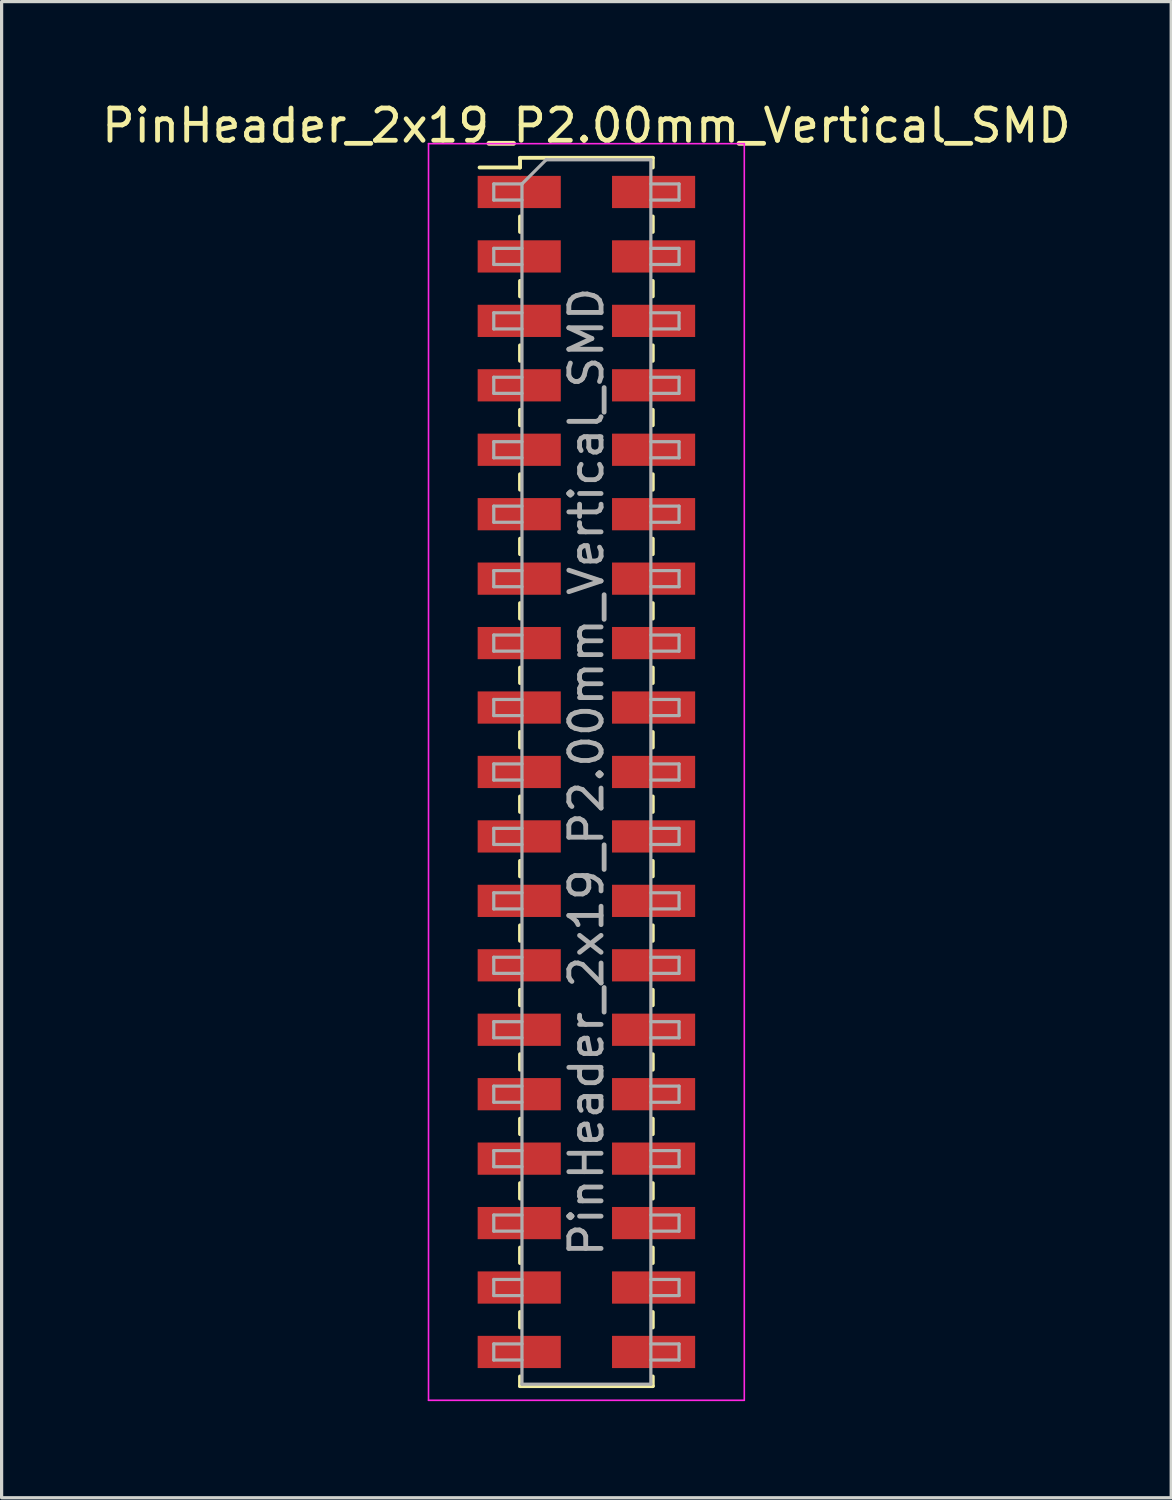
<source format=kicad_pcb>
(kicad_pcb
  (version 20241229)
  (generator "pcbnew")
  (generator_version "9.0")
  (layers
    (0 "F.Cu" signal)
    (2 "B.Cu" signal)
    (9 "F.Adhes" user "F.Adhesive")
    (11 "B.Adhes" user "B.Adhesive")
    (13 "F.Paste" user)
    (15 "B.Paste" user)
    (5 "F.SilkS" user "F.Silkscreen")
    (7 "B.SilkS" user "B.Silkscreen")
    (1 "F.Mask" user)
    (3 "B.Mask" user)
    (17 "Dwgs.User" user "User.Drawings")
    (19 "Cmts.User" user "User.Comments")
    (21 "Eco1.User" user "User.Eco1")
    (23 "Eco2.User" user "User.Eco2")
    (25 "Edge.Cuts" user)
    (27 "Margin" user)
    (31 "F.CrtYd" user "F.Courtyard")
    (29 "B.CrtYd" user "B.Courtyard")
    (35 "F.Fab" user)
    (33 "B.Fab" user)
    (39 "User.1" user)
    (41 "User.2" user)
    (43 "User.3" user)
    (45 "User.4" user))
  (footprint "PinHeader_2x19_P2.00mm_Vertical_SMD"
    (layer "F.Cu")
    (at 15.149 20.908)
    (property "Reference" "PinHeader_2x19_P2.00mm_Vertical_SMD" (at 0 -20.06 0) (layer "F.SilkS") (effects (font (size 1 1) (thickness 0.15))))
    (attr smd)
    (fp_line (start -3.315 -18.76) (end -2.06 -18.76) (stroke (width 0.12) (type solid)) (layer "F.SilkS"))
    (fp_line (start -2.06 -19.06) (end -2.06 -18.76) (stroke (width 0.12) (type solid)) (layer "F.SilkS"))
    (fp_line (start -2.06 -19.06) (end 2.06 -19.06) (stroke (width 0.12) (type solid)) (layer "F.SilkS"))
    (fp_line (start -2.06 -17.24) (end -2.06 -16.76) (stroke (width 0.12) (type solid)) (layer "F.SilkS"))
    (fp_line (start -2.06 -15.24) (end -2.06 -14.76) (stroke (width 0.12) (type solid)) (layer "F.SilkS"))
    (fp_line (start -2.06 -13.24) (end -2.06 -12.76) (stroke (width 0.12) (type solid)) (layer "F.SilkS"))
    (fp_line (start -2.06 -11.24) (end -2.06 -10.76) (stroke (width 0.12) (type solid)) (layer "F.SilkS"))
    (fp_line (start -2.06 -9.24) (end -2.06 -8.76) (stroke (width 0.12) (type solid)) (layer "F.SilkS"))
    (fp_line (start -2.06 -7.24) (end -2.06 -6.76) (stroke (width 0.12) (type solid)) (layer "F.SilkS"))
    (fp_line (start -2.06 -5.24) (end -2.06 -4.76) (stroke (width 0.12) (type solid)) (layer "F.SilkS"))
    (fp_line (start -2.06 -3.24) (end -2.06 -2.76) (stroke (width 0.12) (type solid)) (layer "F.SilkS"))
    (fp_line (start -2.06 -1.24) (end -2.06 -0.76) (stroke (width 0.12) (type solid)) (layer "F.SilkS"))
    (fp_line (start -2.06 0.76) (end -2.06 1.24) (stroke (width 0.12) (type solid)) (layer "F.SilkS"))
    (fp_line (start -2.06 2.76) (end -2.06 3.24) (stroke (width 0.12) (type solid)) (layer "F.SilkS"))
    (fp_line (start -2.06 4.76) (end -2.06 5.24) (stroke (width 0.12) (type solid)) (layer "F.SilkS"))
    (fp_line (start -2.06 6.76) (end -2.06 7.24) (stroke (width 0.12) (type solid)) (layer "F.SilkS"))
    (fp_line (start -2.06 8.76) (end -2.06 9.24) (stroke (width 0.12) (type solid)) (layer "F.SilkS"))
    (fp_line (start -2.06 10.76) (end -2.06 11.24) (stroke (width 0.12) (type solid)) (layer "F.SilkS"))
    (fp_line (start -2.06 12.76) (end -2.06 13.24) (stroke (width 0.12) (type solid)) (layer "F.SilkS"))
    (fp_line (start -2.06 14.76) (end -2.06 15.24) (stroke (width 0.12) (type solid)) (layer "F.SilkS"))
    (fp_line (start -2.06 16.76) (end -2.06 17.24) (stroke (width 0.12) (type solid)) (layer "F.SilkS"))
    (fp_line (start -2.06 18.76) (end -2.06 19.06) (stroke (width 0.12) (type solid)) (layer "F.SilkS"))
    (fp_line (start -2.06 19.06) (end 2.06 19.06) (stroke (width 0.12) (type solid)) (layer "F.SilkS"))
    (fp_line (start 2.06 -19.06) (end 2.06 -18.76) (stroke (width 0.12) (type solid)) (layer "F.SilkS"))
    (fp_line (start 2.06 -17.24) (end 2.06 -16.76) (stroke (width 0.12) (type solid)) (layer "F.SilkS"))
    (fp_line (start 2.06 -15.24) (end 2.06 -14.76) (stroke (width 0.12) (type solid)) (layer "F.SilkS"))
    (fp_line (start 2.06 -13.24) (end 2.06 -12.76) (stroke (width 0.12) (type solid)) (layer "F.SilkS"))
    (fp_line (start 2.06 -11.24) (end 2.06 -10.76) (stroke (width 0.12) (type solid)) (layer "F.SilkS"))
    (fp_line (start 2.06 -9.24) (end 2.06 -8.76) (stroke (width 0.12) (type solid)) (layer "F.SilkS"))
    (fp_line (start 2.06 -7.24) (end 2.06 -6.76) (stroke (width 0.12) (type solid)) (layer "F.SilkS"))
    (fp_line (start 2.06 -5.24) (end 2.06 -4.76) (stroke (width 0.12) (type solid)) (layer "F.SilkS"))
    (fp_line (start 2.06 -3.24) (end 2.06 -2.76) (stroke (width 0.12) (type solid)) (layer "F.SilkS"))
    (fp_line (start 2.06 -1.24) (end 2.06 -0.76) (stroke (width 0.12) (type solid)) (layer "F.SilkS"))
    (fp_line (start 2.06 0.76) (end 2.06 1.24) (stroke (width 0.12) (type solid)) (layer "F.SilkS"))
    (fp_line (start 2.06 2.76) (end 2.06 3.24) (stroke (width 0.12) (type solid)) (layer "F.SilkS"))
    (fp_line (start 2.06 4.76) (end 2.06 5.24) (stroke (width 0.12) (type solid)) (layer "F.SilkS"))
    (fp_line (start 2.06 6.76) (end 2.06 7.24) (stroke (width 0.12) (type solid)) (layer "F.SilkS"))
    (fp_line (start 2.06 8.76) (end 2.06 9.24) (stroke (width 0.12) (type solid)) (layer "F.SilkS"))
    (fp_line (start 2.06 10.76) (end 2.06 11.24) (stroke (width 0.12) (type solid)) (layer "F.SilkS"))
    (fp_line (start 2.06 12.76) (end 2.06 13.24) (stroke (width 0.12) (type solid)) (layer "F.SilkS"))
    (fp_line (start 2.06 14.76) (end 2.06 15.24) (stroke (width 0.12) (type solid)) (layer "F.SilkS"))
    (fp_line (start 2.06 16.76) (end 2.06 17.24) (stroke (width 0.12) (type solid)) (layer "F.SilkS"))
    (fp_line (start 2.06 18.76) (end 2.06 19.06) (stroke (width 0.12) (type solid)) (layer "F.SilkS"))
    (fp_line (start -4.9 -19.5) (end -4.9 19.5) (stroke (width 0.05) (type solid)) (layer "F.CrtYd"))
    (fp_line (start -4.9 19.5) (end 4.9 19.5) (stroke (width 0.05) (type solid)) (layer "F.CrtYd"))
    (fp_line (start 4.9 -19.5) (end -4.9 -19.5) (stroke (width 0.05) (type solid)) (layer "F.CrtYd"))
    (fp_line (start 4.9 19.5) (end 4.9 -19.5) (stroke (width 0.05) (type solid)) (layer "F.CrtYd"))
    (fp_line (start -2.875 -18.25) (end -2.875 -17.75) (stroke (width 0.1) (type solid)) (layer "F.Fab"))
    (fp_line (start -2.875 -17.75) (end -2 -17.75) (stroke (width 0.1) (type solid)) (layer "F.Fab"))
    (fp_line (start -2.875 -16.25) (end -2.875 -15.75) (stroke (width 0.1) (type solid)) (layer "F.Fab"))
    (fp_line (start -2.875 -15.75) (end -2 -15.75) (stroke (width 0.1) (type solid)) (layer "F.Fab"))
    (fp_line (start -2.875 -14.25) (end -2.875 -13.75) (stroke (width 0.1) (type solid)) (layer "F.Fab"))
    (fp_line (start -2.875 -13.75) (end -2 -13.75) (stroke (width 0.1) (type solid)) (layer "F.Fab"))
    (fp_line (start -2.875 -12.25) (end -2.875 -11.75) (stroke (width 0.1) (type solid)) (layer "F.Fab"))
    (fp_line (start -2.875 -11.75) (end -2 -11.75) (stroke (width 0.1) (type solid)) (layer "F.Fab"))
    (fp_line (start -2.875 -10.25) (end -2.875 -9.75) (stroke (width 0.1) (type solid)) (layer "F.Fab"))
    (fp_line (start -2.875 -9.75) (end -2 -9.75) (stroke (width 0.1) (type solid)) (layer "F.Fab"))
    (fp_line (start -2.875 -8.25) (end -2.875 -7.75) (stroke (width 0.1) (type solid)) (layer "F.Fab"))
    (fp_line (start -2.875 -7.75) (end -2 -7.75) (stroke (width 0.1) (type solid)) (layer "F.Fab"))
    (fp_line (start -2.875 -6.25) (end -2.875 -5.75) (stroke (width 0.1) (type solid)) (layer "F.Fab"))
    (fp_line (start -2.875 -5.75) (end -2 -5.75) (stroke (width 0.1) (type solid)) (layer "F.Fab"))
    (fp_line (start -2.875 -4.25) (end -2.875 -3.75) (stroke (width 0.1) (type solid)) (layer "F.Fab"))
    (fp_line (start -2.875 -3.75) (end -2 -3.75) (stroke (width 0.1) (type solid)) (layer "F.Fab"))
    (fp_line (start -2.875 -2.25) (end -2.875 -1.75) (stroke (width 0.1) (type solid)) (layer "F.Fab"))
    (fp_line (start -2.875 -1.75) (end -2 -1.75) (stroke (width 0.1) (type solid)) (layer "F.Fab"))
    (fp_line (start -2.875 -0.25) (end -2.875 0.25) (stroke (width 0.1) (type solid)) (layer "F.Fab"))
    (fp_line (start -2.875 0.25) (end -2 0.25) (stroke (width 0.1) (type solid)) (layer "F.Fab"))
    (fp_line (start -2.875 1.75) (end -2.875 2.25) (stroke (width 0.1) (type solid)) (layer "F.Fab"))
    (fp_line (start -2.875 2.25) (end -2 2.25) (stroke (width 0.1) (type solid)) (layer "F.Fab"))
    (fp_line (start -2.875 3.75) (end -2.875 4.25) (stroke (width 0.1) (type solid)) (layer "F.Fab"))
    (fp_line (start -2.875 4.25) (end -2 4.25) (stroke (width 0.1) (type solid)) (layer "F.Fab"))
    (fp_line (start -2.875 5.75) (end -2.875 6.25) (stroke (width 0.1) (type solid)) (layer "F.Fab"))
    (fp_line (start -2.875 6.25) (end -2 6.25) (stroke (width 0.1) (type solid)) (layer "F.Fab"))
    (fp_line (start -2.875 7.75) (end -2.875 8.25) (stroke (width 0.1) (type solid)) (layer "F.Fab"))
    (fp_line (start -2.875 8.25) (end -2 8.25) (stroke (width 0.1) (type solid)) (layer "F.Fab"))
    (fp_line (start -2.875 9.75) (end -2.875 10.25) (stroke (width 0.1) (type solid)) (layer "F.Fab"))
    (fp_line (start -2.875 10.25) (end -2 10.25) (stroke (width 0.1) (type solid)) (layer "F.Fab"))
    (fp_line (start -2.875 11.75) (end -2.875 12.25) (stroke (width 0.1) (type solid)) (layer "F.Fab"))
    (fp_line (start -2.875 12.25) (end -2 12.25) (stroke (width 0.1) (type solid)) (layer "F.Fab"))
    (fp_line (start -2.875 13.75) (end -2.875 14.25) (stroke (width 0.1) (type solid)) (layer "F.Fab"))
    (fp_line (start -2.875 14.25) (end -2 14.25) (stroke (width 0.1) (type solid)) (layer "F.Fab"))
    (fp_line (start -2.875 15.75) (end -2.875 16.25) (stroke (width 0.1) (type solid)) (layer "F.Fab"))
    (fp_line (start -2.875 16.25) (end -2 16.25) (stroke (width 0.1) (type solid)) (layer "F.Fab"))
    (fp_line (start -2.875 17.75) (end -2.875 18.25) (stroke (width 0.1) (type solid)) (layer "F.Fab"))
    (fp_line (start -2.875 18.25) (end -2 18.25) (stroke (width 0.1) (type solid)) (layer "F.Fab"))
    (fp_line (start -2 -18.25) (end -2.875 -18.25) (stroke (width 0.1) (type solid)) (layer "F.Fab"))
    (fp_line (start -2 -18.25) (end -1.25 -19) (stroke (width 0.1) (type solid)) (layer "F.Fab"))
    (fp_line (start -2 -16.25) (end -2.875 -16.25) (stroke (width 0.1) (type solid)) (layer "F.Fab"))
    (fp_line (start -2 -14.25) (end -2.875 -14.25) (stroke (width 0.1) (type solid)) (layer "F.Fab"))
    (fp_line (start -2 -12.25) (end -2.875 -12.25) (stroke (width 0.1) (type solid)) (layer "F.Fab"))
    (fp_line (start -2 -10.25) (end -2.875 -10.25) (stroke (width 0.1) (type solid)) (layer "F.Fab"))
    (fp_line (start -2 -8.25) (end -2.875 -8.25) (stroke (width 0.1) (type solid)) (layer "F.Fab"))
    (fp_line (start -2 -6.25) (end -2.875 -6.25) (stroke (width 0.1) (type solid)) (layer "F.Fab"))
    (fp_line (start -2 -4.25) (end -2.875 -4.25) (stroke (width 0.1) (type solid)) (layer "F.Fab"))
    (fp_line (start -2 -2.25) (end -2.875 -2.25) (stroke (width 0.1) (type solid)) (layer "F.Fab"))
    (fp_line (start -2 -0.25) (end -2.875 -0.25) (stroke (width 0.1) (type solid)) (layer "F.Fab"))
    (fp_line (start -2 1.75) (end -2.875 1.75) (stroke (width 0.1) (type solid)) (layer "F.Fab"))
    (fp_line (start -2 3.75) (end -2.875 3.75) (stroke (width 0.1) (type solid)) (layer "F.Fab"))
    (fp_line (start -2 5.75) (end -2.875 5.75) (stroke (width 0.1) (type solid)) (layer "F.Fab"))
    (fp_line (start -2 7.75) (end -2.875 7.75) (stroke (width 0.1) (type solid)) (layer "F.Fab"))
    (fp_line (start -2 9.75) (end -2.875 9.75) (stroke (width 0.1) (type solid)) (layer "F.Fab"))
    (fp_line (start -2 11.75) (end -2.875 11.75) (stroke (width 0.1) (type solid)) (layer "F.Fab"))
    (fp_line (start -2 13.75) (end -2.875 13.75) (stroke (width 0.1) (type solid)) (layer "F.Fab"))
    (fp_line (start -2 15.75) (end -2.875 15.75) (stroke (width 0.1) (type solid)) (layer "F.Fab"))
    (fp_line (start -2 17.75) (end -2.875 17.75) (stroke (width 0.1) (type solid)) (layer "F.Fab"))
    (fp_line (start -2 19) (end -2 -18.25) (stroke (width 0.1) (type solid)) (layer "F.Fab"))
    (fp_line (start -1.25 -19) (end 2 -19) (stroke (width 0.1) (type solid)) (layer "F.Fab"))
    (fp_line (start 2 -19) (end 2 19) (stroke (width 0.1) (type solid)) (layer "F.Fab"))
    (fp_line (start 2 -18.25) (end 2.875 -18.25) (stroke (width 0.1) (type solid)) (layer "F.Fab"))
    (fp_line (start 2 -16.25) (end 2.875 -16.25) (stroke (width 0.1) (type solid)) (layer "F.Fab"))
    (fp_line (start 2 -14.25) (end 2.875 -14.25) (stroke (width 0.1) (type solid)) (layer "F.Fab"))
    (fp_line (start 2 -12.25) (end 2.875 -12.25) (stroke (width 0.1) (type solid)) (layer "F.Fab"))
    (fp_line (start 2 -10.25) (end 2.875 -10.25) (stroke (width 0.1) (type solid)) (layer "F.Fab"))
    (fp_line (start 2 -8.25) (end 2.875 -8.25) (stroke (width 0.1) (type solid)) (layer "F.Fab"))
    (fp_line (start 2 -6.25) (end 2.875 -6.25) (stroke (width 0.1) (type solid)) (layer "F.Fab"))
    (fp_line (start 2 -4.25) (end 2.875 -4.25) (stroke (width 0.1) (type solid)) (layer "F.Fab"))
    (fp_line (start 2 -2.25) (end 2.875 -2.25) (stroke (width 0.1) (type solid)) (layer "F.Fab"))
    (fp_line (start 2 -0.25) (end 2.875 -0.25) (stroke (width 0.1) (type solid)) (layer "F.Fab"))
    (fp_line (start 2 1.75) (end 2.875 1.75) (stroke (width 0.1) (type solid)) (layer "F.Fab"))
    (fp_line (start 2 3.75) (end 2.875 3.75) (stroke (width 0.1) (type solid)) (layer "F.Fab"))
    (fp_line (start 2 5.75) (end 2.875 5.75) (stroke (width 0.1) (type solid)) (layer "F.Fab"))
    (fp_line (start 2 7.75) (end 2.875 7.75) (stroke (width 0.1) (type solid)) (layer "F.Fab"))
    (fp_line (start 2 9.75) (end 2.875 9.75) (stroke (width 0.1) (type solid)) (layer "F.Fab"))
    (fp_line (start 2 11.75) (end 2.875 11.75) (stroke (width 0.1) (type solid)) (layer "F.Fab"))
    (fp_line (start 2 13.75) (end 2.875 13.75) (stroke (width 0.1) (type solid)) (layer "F.Fab"))
    (fp_line (start 2 15.75) (end 2.875 15.75) (stroke (width 0.1) (type solid)) (layer "F.Fab"))
    (fp_line (start 2 17.75) (end 2.875 17.75) (stroke (width 0.1) (type solid)) (layer "F.Fab"))
    (fp_line (start 2 19) (end -2 19) (stroke (width 0.1) (type solid)) (layer "F.Fab"))
    (fp_line (start 2.875 -18.25) (end 2.875 -17.75) (stroke (width 0.1) (type solid)) (layer "F.Fab"))
    (fp_line (start 2.875 -17.75) (end 2 -17.75) (stroke (width 0.1) (type solid)) (layer "F.Fab"))
    (fp_line (start 2.875 -16.25) (end 2.875 -15.75) (stroke (width 0.1) (type solid)) (layer "F.Fab"))
    (fp_line (start 2.875 -15.75) (end 2 -15.75) (stroke (width 0.1) (type solid)) (layer "F.Fab"))
    (fp_line (start 2.875 -14.25) (end 2.875 -13.75) (stroke (width 0.1) (type solid)) (layer "F.Fab"))
    (fp_line (start 2.875 -13.75) (end 2 -13.75) (stroke (width 0.1) (type solid)) (layer "F.Fab"))
    (fp_line (start 2.875 -12.25) (end 2.875 -11.75) (stroke (width 0.1) (type solid)) (layer "F.Fab"))
    (fp_line (start 2.875 -11.75) (end 2 -11.75) (stroke (width 0.1) (type solid)) (layer "F.Fab"))
    (fp_line (start 2.875 -10.25) (end 2.875 -9.75) (stroke (width 0.1) (type solid)) (layer "F.Fab"))
    (fp_line (start 2.875 -9.75) (end 2 -9.75) (stroke (width 0.1) (type solid)) (layer "F.Fab"))
    (fp_line (start 2.875 -8.25) (end 2.875 -7.75) (stroke (width 0.1) (type solid)) (layer "F.Fab"))
    (fp_line (start 2.875 -7.75) (end 2 -7.75) (stroke (width 0.1) (type solid)) (layer "F.Fab"))
    (fp_line (start 2.875 -6.25) (end 2.875 -5.75) (stroke (width 0.1) (type solid)) (layer "F.Fab"))
    (fp_line (start 2.875 -5.75) (end 2 -5.75) (stroke (width 0.1) (type solid)) (layer "F.Fab"))
    (fp_line (start 2.875 -4.25) (end 2.875 -3.75) (stroke (width 0.1) (type solid)) (layer "F.Fab"))
    (fp_line (start 2.875 -3.75) (end 2 -3.75) (stroke (width 0.1) (type solid)) (layer "F.Fab"))
    (fp_line (start 2.875 -2.25) (end 2.875 -1.75) (stroke (width 0.1) (type solid)) (layer "F.Fab"))
    (fp_line (start 2.875 -1.75) (end 2 -1.75) (stroke (width 0.1) (type solid)) (layer "F.Fab"))
    (fp_line (start 2.875 -0.25) (end 2.875 0.25) (stroke (width 0.1) (type solid)) (layer "F.Fab"))
    (fp_line (start 2.875 0.25) (end 2 0.25) (stroke (width 0.1) (type solid)) (layer "F.Fab"))
    (fp_line (start 2.875 1.75) (end 2.875 2.25) (stroke (width 0.1) (type solid)) (layer "F.Fab"))
    (fp_line (start 2.875 2.25) (end 2 2.25) (stroke (width 0.1) (type solid)) (layer "F.Fab"))
    (fp_line (start 2.875 3.75) (end 2.875 4.25) (stroke (width 0.1) (type solid)) (layer "F.Fab"))
    (fp_line (start 2.875 4.25) (end 2 4.25) (stroke (width 0.1) (type solid)) (layer "F.Fab"))
    (fp_line (start 2.875 5.75) (end 2.875 6.25) (stroke (width 0.1) (type solid)) (layer "F.Fab"))
    (fp_line (start 2.875 6.25) (end 2 6.25) (stroke (width 0.1) (type solid)) (layer "F.Fab"))
    (fp_line (start 2.875 7.75) (end 2.875 8.25) (stroke (width 0.1) (type solid)) (layer "F.Fab"))
    (fp_line (start 2.875 8.25) (end 2 8.25) (stroke (width 0.1) (type solid)) (layer "F.Fab"))
    (fp_line (start 2.875 9.75) (end 2.875 10.25) (stroke (width 0.1) (type solid)) (layer "F.Fab"))
    (fp_line (start 2.875 10.25) (end 2 10.25) (stroke (width 0.1) (type solid)) (layer "F.Fab"))
    (fp_line (start 2.875 11.75) (end 2.875 12.25) (stroke (width 0.1) (type solid)) (layer "F.Fab"))
    (fp_line (start 2.875 12.25) (end 2 12.25) (stroke (width 0.1) (type solid)) (layer "F.Fab"))
    (fp_line (start 2.875 13.75) (end 2.875 14.25) (stroke (width 0.1) (type solid)) (layer "F.Fab"))
    (fp_line (start 2.875 14.25) (end 2 14.25) (stroke (width 0.1) (type solid)) (layer "F.Fab"))
    (fp_line (start 2.875 15.75) (end 2.875 16.25) (stroke (width 0.1) (type solid)) (layer "F.Fab"))
    (fp_line (start 2.875 16.25) (end 2 16.25) (stroke (width 0.1) (type solid)) (layer "F.Fab"))
    (fp_line (start 2.875 17.75) (end 2.875 18.25) (stroke (width 0.1) (type solid)) (layer "F.Fab"))
    (fp_line (start 2.875 18.25) (end 2 18.25) (stroke (width 0.1) (type solid)) (layer "F.Fab"))
    (fp_text user "${REFERENCE}" (at 0 0 90) (layer "F.Fab") (effects (font (size 1 1) (thickness 0.15))))
    (pad "1" smd rect (at -2.085 -18) (size 2.58 1) (layers "F.Cu" "F.Mask" "F.Paste"))
    (pad "2" smd rect (at 2.085 -18) (size 2.58 1) (layers "F.Cu" "F.Mask" "F.Paste"))
    (pad "3" smd rect (at -2.085 -16) (size 2.58 1) (layers "F.Cu" "F.Mask" "F.Paste"))
    (pad "4" smd rect (at 2.085 -16) (size 2.58 1) (layers "F.Cu" "F.Mask" "F.Paste"))
    (pad "5" smd rect (at -2.085 -14) (size 2.58 1) (layers "F.Cu" "F.Mask" "F.Paste"))
    (pad "6" smd rect (at 2.085 -14) (size 2.58 1) (layers "F.Cu" "F.Mask" "F.Paste"))
    (pad "7" smd rect (at -2.085 -12) (size 2.58 1) (layers "F.Cu" "F.Mask" "F.Paste"))
    (pad "8" smd rect (at 2.085 -12) (size 2.58 1) (layers "F.Cu" "F.Mask" "F.Paste"))
    (pad "9" smd rect (at -2.085 -10) (size 2.58 1) (layers "F.Cu" "F.Mask" "F.Paste"))
    (pad "10" smd rect (at 2.085 -10) (size 2.58 1) (layers "F.Cu" "F.Mask" "F.Paste"))
    (pad "11" smd rect (at -2.085 -8) (size 2.58 1) (layers "F.Cu" "F.Mask" "F.Paste"))
    (pad "12" smd rect (at 2.085 -8) (size 2.58 1) (layers "F.Cu" "F.Mask" "F.Paste"))
    (pad "13" smd rect (at -2.085 -6) (size 2.58 1) (layers "F.Cu" "F.Mask" "F.Paste"))
    (pad "14" smd rect (at 2.085 -6) (size 2.58 1) (layers "F.Cu" "F.Mask" "F.Paste"))
    (pad "15" smd rect (at -2.085 -4) (size 2.58 1) (layers "F.Cu" "F.Mask" "F.Paste"))
    (pad "16" smd rect (at 2.085 -4) (size 2.58 1) (layers "F.Cu" "F.Mask" "F.Paste"))
    (pad "17" smd rect (at -2.085 -2) (size 2.58 1) (layers "F.Cu" "F.Mask" "F.Paste"))
    (pad "18" smd rect (at 2.085 -2) (size 2.58 1) (layers "F.Cu" "F.Mask" "F.Paste"))
    (pad "19" smd rect (at -2.085 0) (size 2.58 1) (layers "F.Cu" "F.Mask" "F.Paste"))
    (pad "20" smd rect (at 2.085 0) (size 2.58 1) (layers "F.Cu" "F.Mask" "F.Paste"))
    (pad "21" smd rect (at -2.085 2) (size 2.58 1) (layers "F.Cu" "F.Mask" "F.Paste"))
    (pad "22" smd rect (at 2.085 2) (size 2.58 1) (layers "F.Cu" "F.Mask" "F.Paste"))
    (pad "23" smd rect (at -2.085 4) (size 2.58 1) (layers "F.Cu" "F.Mask" "F.Paste"))
    (pad "24" smd rect (at 2.085 4) (size 2.58 1) (layers "F.Cu" "F.Mask" "F.Paste"))
    (pad "25" smd rect (at -2.085 6) (size 2.58 1) (layers "F.Cu" "F.Mask" "F.Paste"))
    (pad "26" smd rect (at 2.085 6) (size 2.58 1) (layers "F.Cu" "F.Mask" "F.Paste"))
    (pad "27" smd rect (at -2.085 8) (size 2.58 1) (layers "F.Cu" "F.Mask" "F.Paste"))
    (pad "28" smd rect (at 2.085 8) (size 2.58 1) (layers "F.Cu" "F.Mask" "F.Paste"))
    (pad "29" smd rect (at -2.085 10) (size 2.58 1) (layers "F.Cu" "F.Mask" "F.Paste"))
    (pad "30" smd rect (at 2.085 10) (size 2.58 1) (layers "F.Cu" "F.Mask" "F.Paste"))
    (pad "31" smd rect (at -2.085 12) (size 2.58 1) (layers "F.Cu" "F.Mask" "F.Paste"))
    (pad "32" smd rect (at 2.085 12) (size 2.58 1) (layers "F.Cu" "F.Mask" "F.Paste"))
    (pad "33" smd rect (at -2.085 14) (size 2.58 1) (layers "F.Cu" "F.Mask" "F.Paste"))
    (pad "34" smd rect (at 2.085 14) (size 2.58 1) (layers "F.Cu" "F.Mask" "F.Paste"))
    (pad "35" smd rect (at -2.085 16) (size 2.58 1) (layers "F.Cu" "F.Mask" "F.Paste"))
    (pad "36" smd rect (at 2.085 16) (size 2.58 1) (layers "F.Cu" "F.Mask" "F.Paste"))
    (pad "37" smd rect (at -2.085 18) (size 2.58 1) (layers "F.Cu" "F.Mask" "F.Paste"))
    (pad "38" smd rect (at 2.085 18) (size 2.58 1) (layers "F.Cu" "F.Mask" "F.Paste")))
  (gr_rect
    (start -3 -3)
    (end 33.298 43.433)
    (stroke (width 0.1) (type default))
    (fill no)
    (layer "Edge.Cuts")))
</source>
